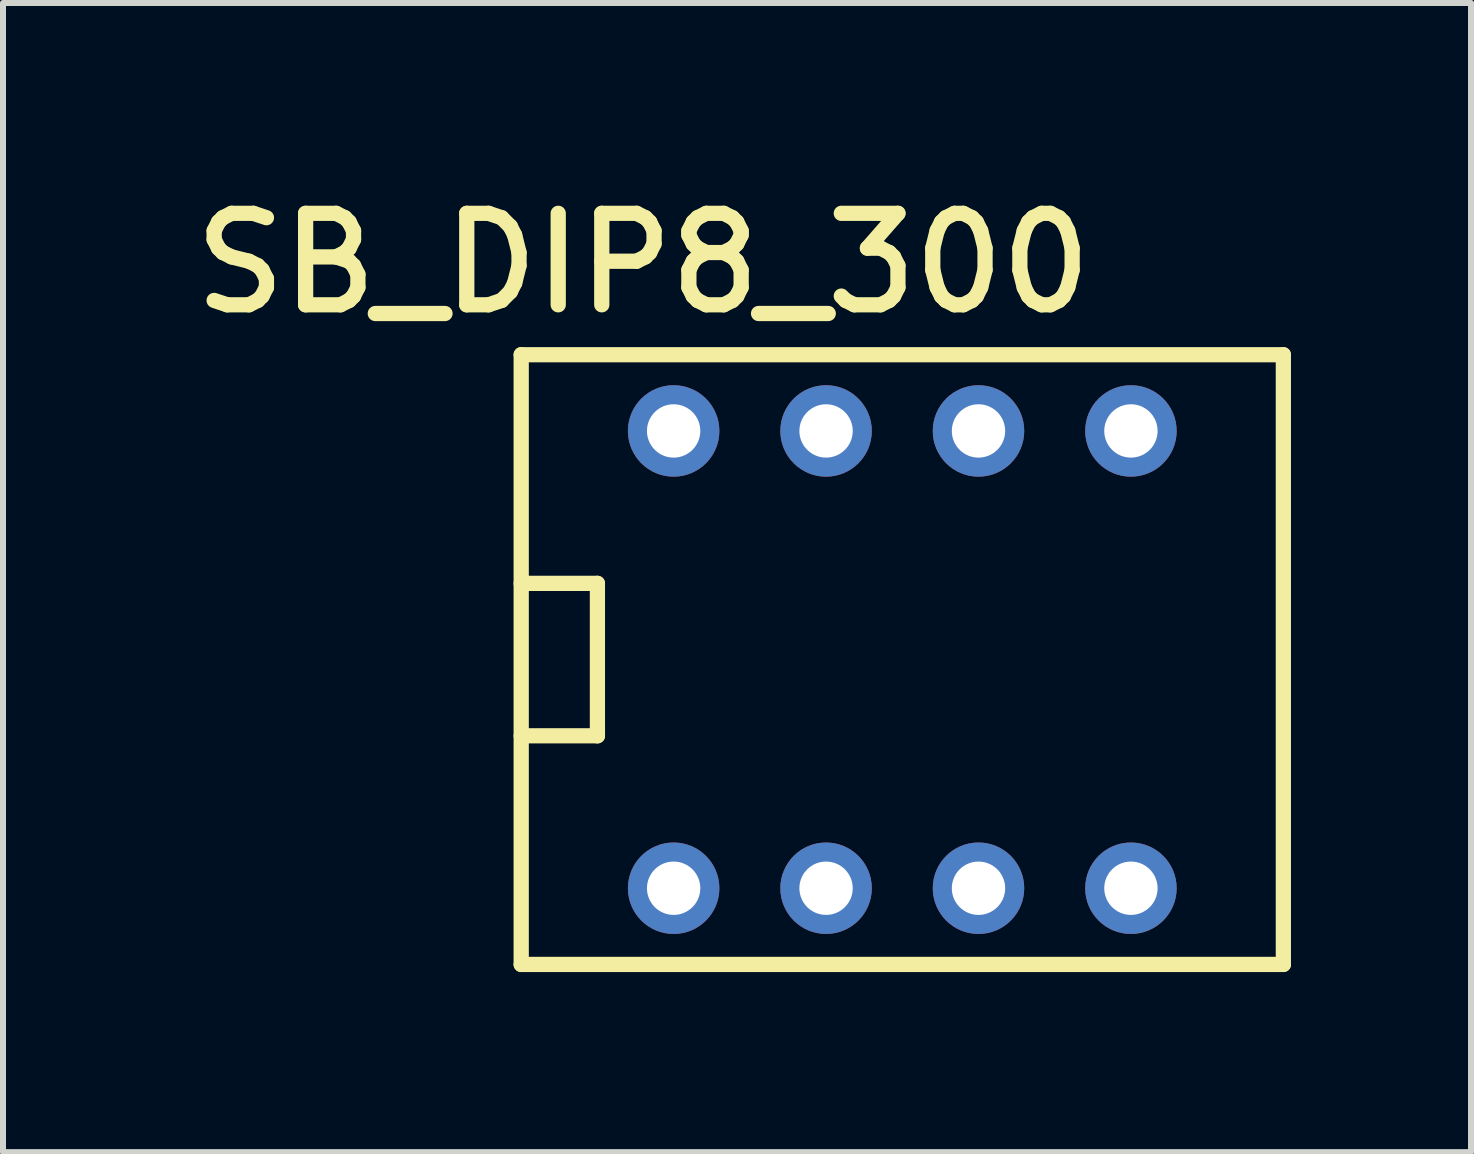
<source format=kicad_pcb>
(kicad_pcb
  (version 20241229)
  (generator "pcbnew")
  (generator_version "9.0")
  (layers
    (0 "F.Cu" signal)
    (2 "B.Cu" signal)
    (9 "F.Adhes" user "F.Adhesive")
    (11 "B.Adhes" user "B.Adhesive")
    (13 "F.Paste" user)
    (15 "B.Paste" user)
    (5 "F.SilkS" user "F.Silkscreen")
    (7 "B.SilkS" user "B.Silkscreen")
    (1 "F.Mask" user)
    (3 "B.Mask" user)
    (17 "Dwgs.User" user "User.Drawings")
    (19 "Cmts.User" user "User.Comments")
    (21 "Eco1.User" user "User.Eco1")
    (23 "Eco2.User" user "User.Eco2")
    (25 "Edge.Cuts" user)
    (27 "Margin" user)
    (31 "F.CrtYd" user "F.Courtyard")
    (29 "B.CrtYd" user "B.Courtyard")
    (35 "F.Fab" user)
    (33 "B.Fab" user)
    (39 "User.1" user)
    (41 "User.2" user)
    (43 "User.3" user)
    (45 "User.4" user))
  (footprint "SB_DIP8_300"
    (layer "F.Cu")
    (at 8.175 11.751)
    (property "Reference" "SB_DIP8_300" (at -0.508 -10.414 0) (layer "F.SilkS") (effects (font (size 1.524 1.524) (thickness 0.254))))
    (attr through_hole)
    (fp_line (start -2.54 -8.89) (end -2.54 1.27) (stroke (width 0.254) (type solid)) (layer "F.SilkS"))
    (fp_line (start -2.54 -2.54) (end -1.27 -2.54) (stroke (width 0.254) (type solid)) (layer "F.SilkS"))
    (fp_line (start -2.54 1.27) (end 10.16 1.27) (stroke (width 0.254) (type solid)) (layer "F.SilkS"))
    (fp_line (start -1.27 -5.08) (end -2.54 -5.08) (stroke (width 0.254) (type solid)) (layer "F.SilkS"))
    (fp_line (start -1.27 -2.54) (end -1.27 -5.08) (stroke (width 0.254) (type solid)) (layer "F.SilkS"))
    (fp_line (start 10.16 -8.89) (end -2.54 -8.89) (stroke (width 0.254) (type solid)) (layer "F.SilkS"))
    (fp_line (start 10.16 1.27) (end 10.16 -8.89) (stroke (width 0.254) (type solid)) (layer "F.SilkS"))
    (pad "1" thru_hole circle (at 0 0) (size 1.524 1.524) (drill 0.889) (layers "*.Cu" "*.Mask"))
    (pad "2" thru_hole circle (at 2.54 0) (size 1.524 1.524) (drill 0.889) (layers "*.Cu" "*.Mask"))
    (pad "3" thru_hole circle (at 5.08 0) (size 1.524 1.524) (drill 0.889) (layers "*.Cu" "*.Mask"))
    (pad "4" thru_hole circle (at 7.62 0) (size 1.524 1.524) (drill 0.889) (layers "*.Cu" "*.Mask"))
    (pad "5" thru_hole circle (at 7.62 -7.62) (size 1.524 1.524) (drill 0.889) (layers "*.Cu" "*.Mask"))
    (pad "6" thru_hole circle (at 5.08 -7.62) (size 1.524 1.524) (drill 0.889) (layers "*.Cu" "*.Mask"))
    (pad "7" thru_hole circle (at 2.54 -7.62) (size 1.524 1.524) (drill 0.889) (layers "*.Cu" "*.Mask"))
    (pad "8" thru_hole circle (at 0 -7.62) (size 1.524 1.524) (drill 0.889) (layers "*.Cu" "*.Mask")))
  (gr_rect
    (start -3 -3)
    (end 21.462 16.148)
    (stroke (width 0.1) (type default))
    (fill no)
    (layer "Edge.Cuts")))
</source>
